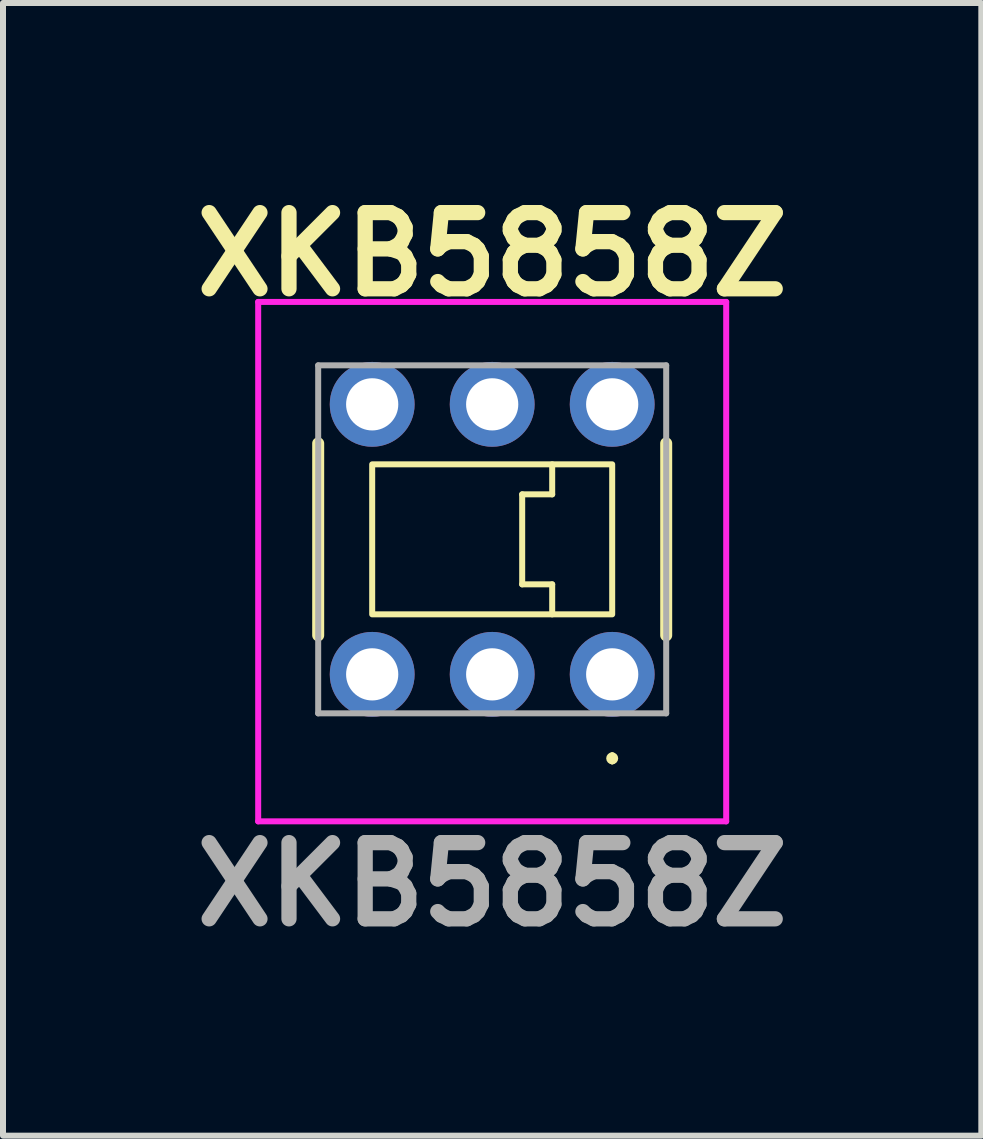
<source format=kicad_pcb>
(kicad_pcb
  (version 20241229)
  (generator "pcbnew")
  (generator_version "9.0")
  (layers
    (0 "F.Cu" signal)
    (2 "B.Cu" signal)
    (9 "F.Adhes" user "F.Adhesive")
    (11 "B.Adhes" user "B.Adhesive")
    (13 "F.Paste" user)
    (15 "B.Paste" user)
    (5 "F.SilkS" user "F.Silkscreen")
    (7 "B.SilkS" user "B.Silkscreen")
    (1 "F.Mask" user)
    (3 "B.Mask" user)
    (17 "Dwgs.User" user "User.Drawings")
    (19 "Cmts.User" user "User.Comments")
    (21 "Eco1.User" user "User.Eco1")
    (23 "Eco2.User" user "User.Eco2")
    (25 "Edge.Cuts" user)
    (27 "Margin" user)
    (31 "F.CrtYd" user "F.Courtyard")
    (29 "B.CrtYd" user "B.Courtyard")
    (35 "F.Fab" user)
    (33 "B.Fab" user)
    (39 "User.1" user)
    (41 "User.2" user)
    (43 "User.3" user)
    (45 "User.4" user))
  (footprint "XKB5858Z"
    (layer "F.Cu")
    (at 7.153 8.189)
    (property "Reference" "XKB5858Z" (at -2 -7 0) (layer "F.SilkS") (effects (font (size 1.27 1.27) (thickness 0.254))))
    (attr through_hole)
    (fp_line (start -4.9 -3.85) (end -4.9 -0.65) (stroke (width 0.2) (type solid)) (layer "F.SilkS"))
    (fp_line (start -1.5 -3) (end -1.5 -1.5) (stroke (width 0.1) (type default)) (layer "F.SilkS"))
    (fp_line (start -1.5 -1.5) (end -1 -1.5) (stroke (width 0.1) (type default)) (layer "F.SilkS"))
    (fp_line (start -1 -3.5) (end -1 -3) (stroke (width 0.1) (type default)) (layer "F.SilkS"))
    (fp_line (start -1 -3) (end -1.5 -3) (stroke (width 0.1) (type default)) (layer "F.SilkS"))
    (fp_line (start -1 -1.5) (end -1 -1) (stroke (width 0.1) (type default)) (layer "F.SilkS"))
    (fp_line (start 0 1.35) (end 0 1.35) (stroke (width 0.1) (type solid)) (layer "F.SilkS"))
    (fp_line (start 0 1.45) (end 0 1.45) (stroke (width 0.1) (type solid)) (layer "F.SilkS"))
    (fp_line (start 0.9 -3.85) (end 0.9 -0.65) (stroke (width 0.2) (type solid)) (layer "F.SilkS"))
    (fp_rect (start -4 -3.5) (end 0 -1) (stroke (width 0.1) (type default)) (fill no) (layer "F.SilkS"))
    (fp_arc (start 0 1.35) (mid 0.05 1.4) (end 0 1.45) (stroke (width 0.1) (type solid)) (layer "F.SilkS"))
    (fp_arc (start 0 1.45) (mid -0.05 1.4) (end 0 1.35) (stroke (width 0.1) (type solid)) (layer "F.SilkS"))
    (fp_line (start -5.9 -6.207) (end 1.9 -6.207) (stroke (width 0.1) (type solid)) (layer "F.CrtYd"))
    (fp_line (start -5.9 2.45) (end -5.9 -6.207) (stroke (width 0.1) (type solid)) (layer "F.CrtYd"))
    (fp_line (start 1.9 -6.207) (end 1.9 2.45) (stroke (width 0.1) (type solid)) (layer "F.CrtYd"))
    (fp_line (start 1.9 2.45) (end -5.9 2.45) (stroke (width 0.1) (type solid)) (layer "F.CrtYd"))
    (fp_line (start -4.9 -5.15) (end 0.9 -5.15) (stroke (width 0.1) (type solid)) (layer "F.Fab"))
    (fp_line (start -4.9 0.65) (end -4.9 -5.15) (stroke (width 0.1) (type solid)) (layer "F.Fab"))
    (fp_line (start 0.9 -5.15) (end 0.9 0.65) (stroke (width 0.1) (type solid)) (layer "F.Fab"))
    (fp_line (start 0.9 0.65) (end -4.9 0.65) (stroke (width 0.1) (type solid)) (layer "F.Fab"))
    (fp_text user "${REFERENCE}" (at -2 3.5 0) (layer "F.Fab") (effects (font (size 1.27 1.27) (thickness 0.254))))
    (pad "1" thru_hole circle (at 0 0) (size 1.414 1.414) (drill 0.87) (layers "*.Cu" "*.Mask"))
    (pad "2" thru_hole circle (at -2 0) (size 1.414 1.414) (drill 0.87) (layers "*.Cu" "*.Mask"))
    (pad "3" thru_hole circle (at -4 0) (size 1.414 1.414) (drill 0.87) (layers "*.Cu" "*.Mask"))
    (pad "4" thru_hole circle (at 0 -4.5) (size 1.414 1.414) (drill 0.87) (layers "*.Cu" "*.Mask"))
    (pad "5" thru_hole circle (at -2 -4.5) (size 1.414 1.414) (drill 0.87) (layers "*.Cu" "*.Mask"))
    (pad "6" thru_hole circle (at -4 -4.5) (size 1.414 1.414) (drill 0.87) (layers "*.Cu" "*.Mask")))
  (gr_rect
    (start -3 -3)
    (end 13.305 15.877)
    (stroke (width 0.1) (type default))
    (fill no)
    (layer "Edge.Cuts")))
</source>
